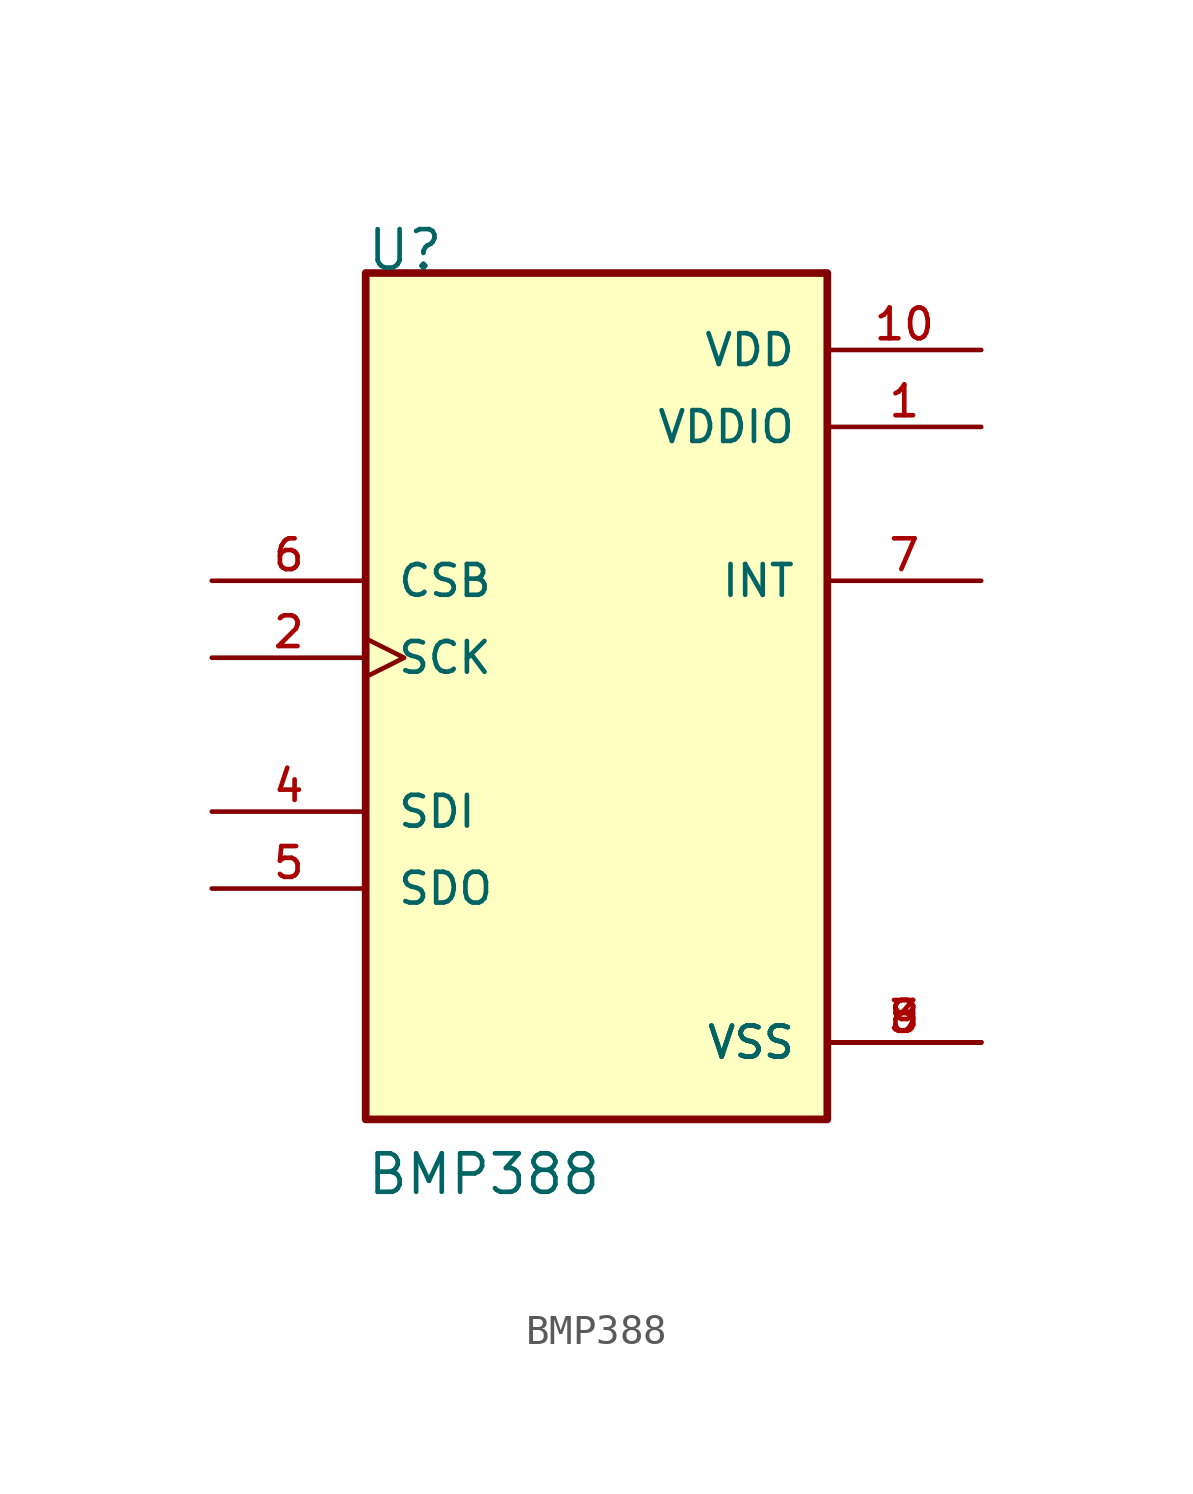
<source format=kicad_sym>
(kicad_symbol_lib
  (version 20211014)
  (generator kicad_symbol_editor)
  (symbol "BMP388"
    (pin_names
      (offset 1.016))
    (property "Reference" "U"
      (at -7.628 15.256 0)
      (effects (font (size 1.27 1.27)) (justify bottom left)))
    (property "Value" "BMP388"
      (at -7.627 -15.254 0)
      (effects (font (size 1.27 1.27)) (justify bottom left)))
    (symbol "BMP388_0_0"
      (rectangle (start -7.62 -12.7) (end 7.62 15.24) (stroke (width 0.254)) (fill (type background)))
      (pin power_in line (at 12.7 10.16 180.0) (length 5.08) (name "VDDIO" (effects (font (size 1.016 1.016)))) (number "1" (effects (font (size 1.016 1.016)))))
      (pin input clock (at -12.7 2.54 0) (length 5.08) (name "SCK" (effects (font (size 1.016 1.016)))) (number "2" (effects (font (size 1.016 1.016)))))
      (pin power_in line (at 12.7 -10.16 180.0) (length 5.08) (name "VSS" (effects (font (size 1.016 1.016)))) (number "3" (effects (font (size 1.016 1.016)))))
      (pin power_in line (at 12.7 -10.16 180.0) (length 5.08) (name "VSS" (effects (font (size 1.016 1.016)))) (number "8" (effects (font (size 1.016 1.016)))))
      (pin power_in line (at 12.7 -10.16 180.0) (length 5.08) (name "VSS" (effects (font (size 1.016 1.016)))) (number "9" (effects (font (size 1.016 1.016)))))
      (pin bidirectional line (at -12.7 -2.54 0) (length 5.08) (name "SDI" (effects (font (size 1.016 1.016)))) (number "4" (effects (font (size 1.016 1.016)))))
      (pin bidirectional line (at -12.7 -5.08 0) (length 5.08) (name "SDO" (effects (font (size 1.016 1.016)))) (number "5" (effects (font (size 1.016 1.016)))))
      (pin input line (at -12.7 5.08 0) (length 5.08) (name "CSB" (effects (font (size 1.016 1.016)))) (number "6" (effects (font (size 1.016 1.016)))))
      (pin output line (at 12.7 5.08 180.0) (length 5.08) (name "INT" (effects (font (size 1.016 1.016)))) (number "7" (effects (font (size 1.016 1.016)))))
      (pin power_in line (at 12.7 12.7 180.0) (length 5.08) (name "VDD" (effects (font (size 1.016 1.016)))) (number "10" (effects (font (size 1.016 1.016))))))))
</source>
